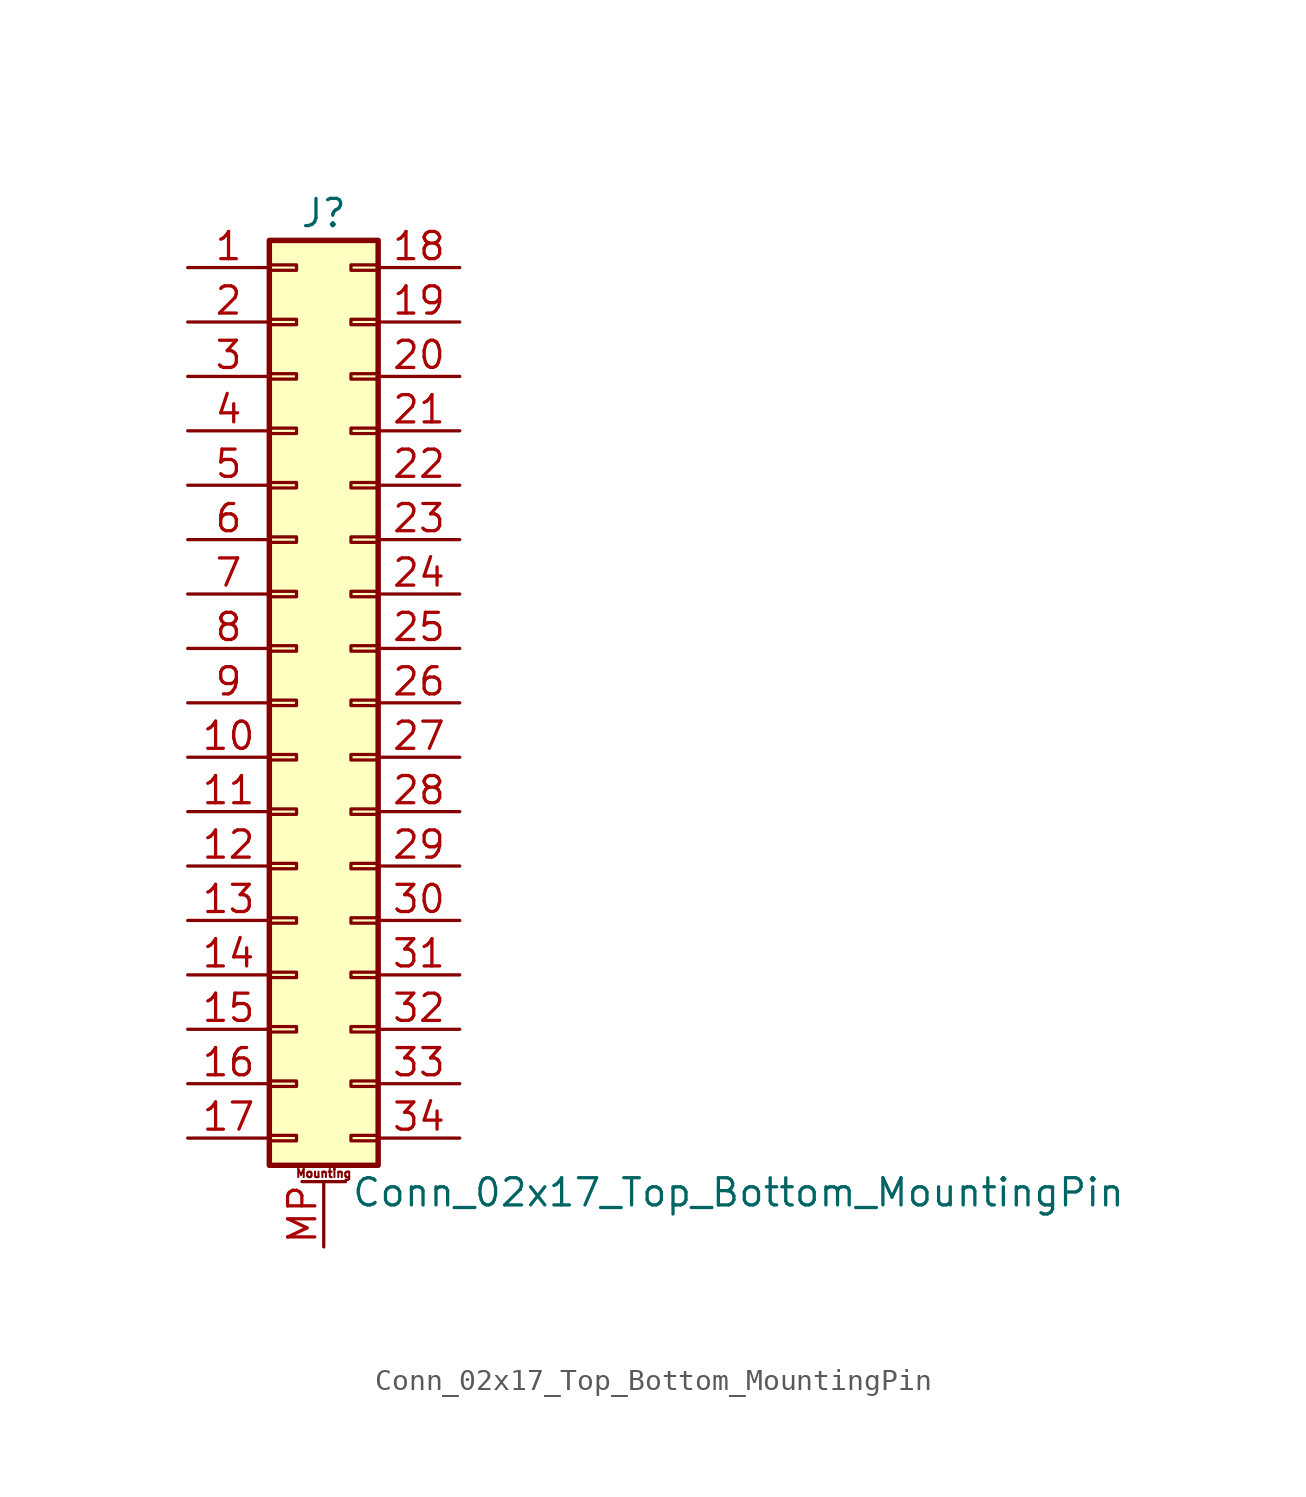
<source format=kicad_sym>
(kicad_symbol_lib
  (version 20201005)
  (generator kicad_symbol_editor)
  (symbol "Conn_02x17_Top_Bottom_MountingPin"
    (pin_names
      (offset 1.016) hide)
    (property "Reference" "J"
      (at 1.27 22.86 0)
      (effects (font (size 1.27 1.27))))
    (property "Value" "Conn_02x17_Top_Bottom_MountingPin"
      (at 2.54 -22.86 0)
      (effects (font (size 1.27 1.27)) (justify left)))
    (symbol "Conn_02x17_Top_Bottom_MountingPin_1_1"
      (text "Mounting" (at 1.27 -21.971 0) (effects (font (size 0.381 0.381))))
      (rectangle (start -1.27 -20.193) (end 0 -20.447) (stroke (width 0.152)) (fill (type none)))
      (rectangle (start -1.27 -17.653) (end 0 -17.907) (stroke (width 0.152)) (fill (type none)))
      (rectangle (start -1.27 -15.113) (end 0 -15.367) (stroke (width 0.152)) (fill (type none)))
      (rectangle (start -1.27 -12.573) (end 0 -12.827) (stroke (width 0.152)) (fill (type none)))
      (rectangle (start -1.27 -10.033) (end 0 -10.287) (stroke (width 0.152)) (fill (type none)))
      (rectangle (start -1.27 -7.493) (end 0 -7.747) (stroke (width 0.152)) (fill (type none)))
      (rectangle (start -1.27 -4.953) (end 0 -5.207) (stroke (width 0.152)) (fill (type none)))
      (rectangle (start -1.27 -2.413) (end 0 -2.667) (stroke (width 0.152)) (fill (type none)))
      (rectangle (start -1.27 0.127) (end 0 -0.127) (stroke (width 0.152)) (fill (type none)))
      (rectangle (start -1.27 2.667) (end 0 2.413) (stroke (width 0.152)) (fill (type none)))
      (rectangle (start -1.27 5.207) (end 0 4.953) (stroke (width 0.152)) (fill (type none)))
      (rectangle (start -1.27 7.747) (end 0 7.493) (stroke (width 0.152)) (fill (type none)))
      (rectangle (start -1.27 10.287) (end 0 10.033) (stroke (width 0.152)) (fill (type none)))
      (rectangle (start -1.27 12.827) (end 0 12.573) (stroke (width 0.152)) (fill (type none)))
      (rectangle (start -1.27 15.367) (end 0 15.113) (stroke (width 0.152)) (fill (type none)))
      (rectangle (start -1.27 17.907) (end 0 17.653) (stroke (width 0.152)) (fill (type none)))
      (rectangle (start -1.27 20.447) (end 0 20.193) (stroke (width 0.152)) (fill (type none)))
      (rectangle (start -1.27 21.59) (end 3.81 -21.59) (stroke (width 0.254)) (fill (type background)))
      (rectangle (start 3.81 -20.193) (end 2.54 -20.447) (stroke (width 0.152)) (fill (type none)))
      (rectangle (start 3.81 -17.653) (end 2.54 -17.907) (stroke (width 0.152)) (fill (type none)))
      (rectangle (start 3.81 -15.113) (end 2.54 -15.367) (stroke (width 0.152)) (fill (type none)))
      (rectangle (start 3.81 -12.573) (end 2.54 -12.827) (stroke (width 0.152)) (fill (type none)))
      (rectangle (start 3.81 -10.033) (end 2.54 -10.287) (stroke (width 0.152)) (fill (type none)))
      (rectangle (start 3.81 -7.493) (end 2.54 -7.747) (stroke (width 0.152)) (fill (type none)))
      (rectangle (start 3.81 -4.953) (end 2.54 -5.207) (stroke (width 0.152)) (fill (type none)))
      (rectangle (start 3.81 -2.413) (end 2.54 -2.667) (stroke (width 0.152)) (fill (type none)))
      (rectangle (start 3.81 0.127) (end 2.54 -0.127) (stroke (width 0.152)) (fill (type none)))
      (rectangle (start 3.81 2.667) (end 2.54 2.413) (stroke (width 0.152)) (fill (type none)))
      (rectangle (start 3.81 5.207) (end 2.54 4.953) (stroke (width 0.152)) (fill (type none)))
      (rectangle (start 3.81 7.747) (end 2.54 7.493) (stroke (width 0.152)) (fill (type none)))
      (rectangle (start 3.81 10.287) (end 2.54 10.033) (stroke (width 0.152)) (fill (type none)))
      (rectangle (start 3.81 12.827) (end 2.54 12.573) (stroke (width 0.152)) (fill (type none)))
      (rectangle (start 3.81 15.367) (end 2.54 15.113) (stroke (width 0.152)) (fill (type none)))
      (rectangle (start 3.81 17.907) (end 2.54 17.653) (stroke (width 0.152)) (fill (type none)))
      (rectangle (start 3.81 20.447) (end 2.54 20.193) (stroke (width 0.152)) (fill (type none)))
      (polyline (pts (xy 0.254 -22.352) (xy 2.286 -22.352)) (stroke (width 0.152)) (fill (type none)))
      (pin passive line (at -5.08 20.32 0) (length 3.81) (name "Pin_1" (effects (font (size 1.27 1.27)))) (number "1" (effects (font (size 1.27 1.27)))))
      (pin passive line (at -5.08 -2.54 0) (length 3.81) (name "Pin_10" (effects (font (size 1.27 1.27)))) (number "10" (effects (font (size 1.27 1.27)))))
      (pin passive line (at -5.08 -5.08 0) (length 3.81) (name "Pin_11" (effects (font (size 1.27 1.27)))) (number "11" (effects (font (size 1.27 1.27)))))
      (pin passive line (at -5.08 -7.62 0) (length 3.81) (name "Pin_12" (effects (font (size 1.27 1.27)))) (number "12" (effects (font (size 1.27 1.27)))))
      (pin passive line (at -5.08 -10.16 0) (length 3.81) (name "Pin_13" (effects (font (size 1.27 1.27)))) (number "13" (effects (font (size 1.27 1.27)))))
      (pin passive line (at -5.08 -12.7 0) (length 3.81) (name "Pin_14" (effects (font (size 1.27 1.27)))) (number "14" (effects (font (size 1.27 1.27)))))
      (pin passive line (at -5.08 -15.24 0) (length 3.81) (name "Pin_15" (effects (font (size 1.27 1.27)))) (number "15" (effects (font (size 1.27 1.27)))))
      (pin passive line (at -5.08 -17.78 0) (length 3.81) (name "Pin_16" (effects (font (size 1.27 1.27)))) (number "16" (effects (font (size 1.27 1.27)))))
      (pin passive line (at -5.08 -20.32 0) (length 3.81) (name "Pin_17" (effects (font (size 1.27 1.27)))) (number "17" (effects (font (size 1.27 1.27)))))
      (pin passive line (at 7.62 20.32 180) (length 3.81) (name "Pin_18" (effects (font (size 1.27 1.27)))) (number "18" (effects (font (size 1.27 1.27)))))
      (pin passive line (at 7.62 17.78 180) (length 3.81) (name "Pin_19" (effects (font (size 1.27 1.27)))) (number "19" (effects (font (size 1.27 1.27)))))
      (pin passive line (at -5.08 17.78 0) (length 3.81) (name "Pin_2" (effects (font (size 1.27 1.27)))) (number "2" (effects (font (size 1.27 1.27)))))
      (pin passive line (at 7.62 15.24 180) (length 3.81) (name "Pin_20" (effects (font (size 1.27 1.27)))) (number "20" (effects (font (size 1.27 1.27)))))
      (pin passive line (at 7.62 12.7 180) (length 3.81) (name "Pin_21" (effects (font (size 1.27 1.27)))) (number "21" (effects (font (size 1.27 1.27)))))
      (pin passive line (at 7.62 10.16 180) (length 3.81) (name "Pin_22" (effects (font (size 1.27 1.27)))) (number "22" (effects (font (size 1.27 1.27)))))
      (pin passive line (at 7.62 7.62 180) (length 3.81) (name "Pin_23" (effects (font (size 1.27 1.27)))) (number "23" (effects (font (size 1.27 1.27)))))
      (pin passive line (at 7.62 5.08 180) (length 3.81) (name "Pin_24" (effects (font (size 1.27 1.27)))) (number "24" (effects (font (size 1.27 1.27)))))
      (pin passive line (at 7.62 2.54 180) (length 3.81) (name "Pin_25" (effects (font (size 1.27 1.27)))) (number "25" (effects (font (size 1.27 1.27)))))
      (pin passive line (at 7.62 0 180) (length 3.81) (name "Pin_26" (effects (font (size 1.27 1.27)))) (number "26" (effects (font (size 1.27 1.27)))))
      (pin passive line (at 7.62 -2.54 180) (length 3.81) (name "Pin_27" (effects (font (size 1.27 1.27)))) (number "27" (effects (font (size 1.27 1.27)))))
      (pin passive line (at 7.62 -5.08 180) (length 3.81) (name "Pin_28" (effects (font (size 1.27 1.27)))) (number "28" (effects (font (size 1.27 1.27)))))
      (pin passive line (at 7.62 -7.62 180) (length 3.81) (name "Pin_29" (effects (font (size 1.27 1.27)))) (number "29" (effects (font (size 1.27 1.27)))))
      (pin passive line (at -5.08 15.24 0) (length 3.81) (name "Pin_3" (effects (font (size 1.27 1.27)))) (number "3" (effects (font (size 1.27 1.27)))))
      (pin passive line (at 7.62 -10.16 180) (length 3.81) (name "Pin_30" (effects (font (size 1.27 1.27)))) (number "30" (effects (font (size 1.27 1.27)))))
      (pin passive line (at 7.62 -12.7 180) (length 3.81) (name "Pin_31" (effects (font (size 1.27 1.27)))) (number "31" (effects (font (size 1.27 1.27)))))
      (pin passive line (at 7.62 -15.24 180) (length 3.81) (name "Pin_32" (effects (font (size 1.27 1.27)))) (number "32" (effects (font (size 1.27 1.27)))))
      (pin passive line (at 7.62 -17.78 180) (length 3.81) (name "Pin_33" (effects (font (size 1.27 1.27)))) (number "33" (effects (font (size 1.27 1.27)))))
      (pin passive line (at 7.62 -20.32 180) (length 3.81) (name "Pin_34" (effects (font (size 1.27 1.27)))) (number "34" (effects (font (size 1.27 1.27)))))
      (pin passive line (at -5.08 12.7 0) (length 3.81) (name "Pin_4" (effects (font (size 1.27 1.27)))) (number "4" (effects (font (size 1.27 1.27)))))
      (pin passive line (at -5.08 10.16 0) (length 3.81) (name "Pin_5" (effects (font (size 1.27 1.27)))) (number "5" (effects (font (size 1.27 1.27)))))
      (pin passive line (at -5.08 7.62 0) (length 3.81) (name "Pin_6" (effects (font (size 1.27 1.27)))) (number "6" (effects (font (size 1.27 1.27)))))
      (pin passive line (at -5.08 5.08 0) (length 3.81) (name "Pin_7" (effects (font (size 1.27 1.27)))) (number "7" (effects (font (size 1.27 1.27)))))
      (pin passive line (at -5.08 2.54 0) (length 3.81) (name "Pin_8" (effects (font (size 1.27 1.27)))) (number "8" (effects (font (size 1.27 1.27)))))
      (pin passive line (at -5.08 0 0) (length 3.81) (name "Pin_9" (effects (font (size 1.27 1.27)))) (number "9" (effects (font (size 1.27 1.27)))))
      (pin passive line (at 1.27 -25.4 90) (length 3.048) (name "MountPin" (effects (font (size 1.27 1.27)))) (number "MP" (effects (font (size 1.27 1.27))))))))
</source>
